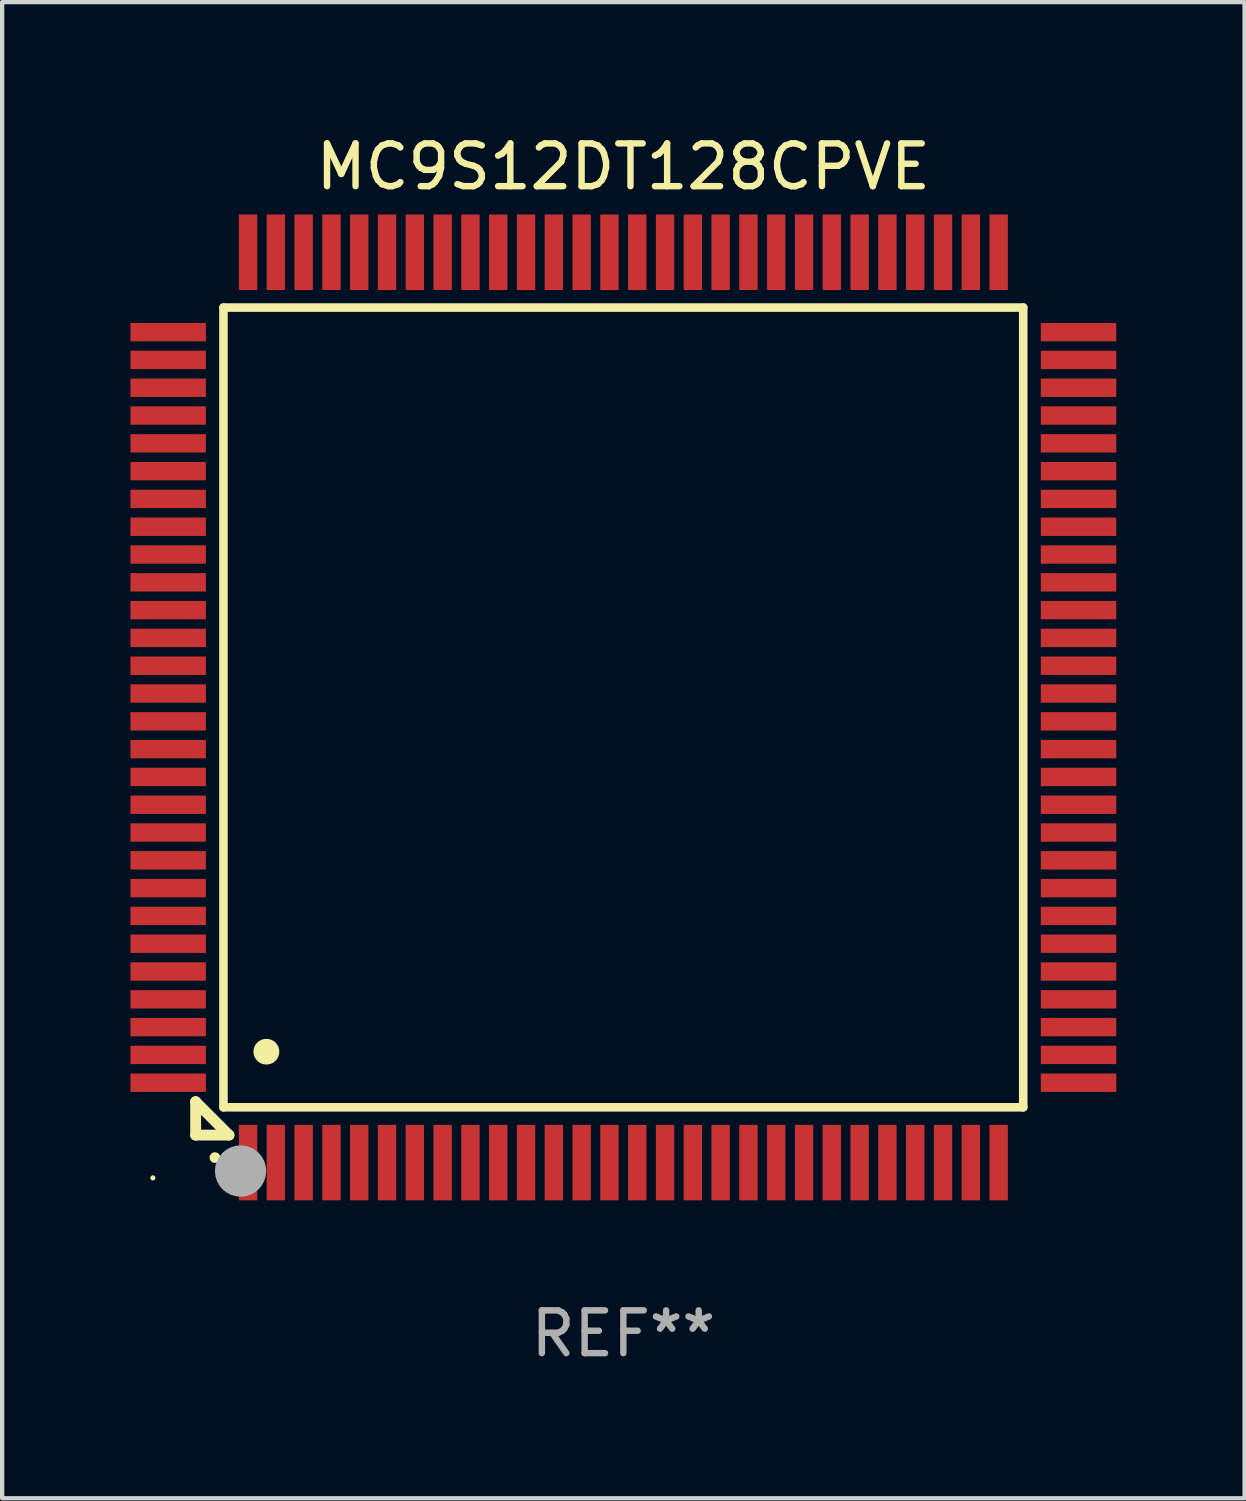
<source format=kicad_pcb>
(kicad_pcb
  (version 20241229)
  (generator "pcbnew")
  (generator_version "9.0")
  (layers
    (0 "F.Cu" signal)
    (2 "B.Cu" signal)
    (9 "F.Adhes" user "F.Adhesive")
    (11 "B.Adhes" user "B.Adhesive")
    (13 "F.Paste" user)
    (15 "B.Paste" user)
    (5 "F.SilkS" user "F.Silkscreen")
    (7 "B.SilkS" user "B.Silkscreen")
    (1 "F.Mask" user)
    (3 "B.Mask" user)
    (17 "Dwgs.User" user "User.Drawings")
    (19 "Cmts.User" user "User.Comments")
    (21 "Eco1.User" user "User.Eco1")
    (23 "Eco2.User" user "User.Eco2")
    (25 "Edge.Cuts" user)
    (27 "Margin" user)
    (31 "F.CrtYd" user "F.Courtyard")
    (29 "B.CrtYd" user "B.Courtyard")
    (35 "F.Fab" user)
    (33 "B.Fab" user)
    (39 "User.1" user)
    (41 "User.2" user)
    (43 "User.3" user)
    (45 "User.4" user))
  (footprint "MC9S12DT128CPVE"
    (layer "F.Cu")
    (at 11.525 13.491)
    (property "Reference" "MC9S12DT128CPVE" (at 0 -12.643 0) (layer "F.SilkS") (effects (font (size 1 1) (thickness 0.15))))
    (attr through_hole)
    (fp_line (start -10 9.221) (end -10 9.221) (stroke (width 0.254) (type solid)) (layer "F.SilkS"))
    (fp_line (start -10 9.221) (end -10 10) (stroke (width 0.254) (type solid)) (layer "F.SilkS"))
    (fp_line (start -10 9.221) (end -9.221 10) (stroke (width 0.254) (type solid)) (layer "F.SilkS"))
    (fp_line (start -10 10) (end -9.221 10) (stroke (width 0.254) (type solid)) (layer "F.SilkS"))
    (fp_line (start -9.35 -9.35) (end -9.35 9.35) (stroke (width 0.201) (type solid)) (layer "F.SilkS"))
    (fp_line (start -9.35 9.35) (end 9.35 9.35) (stroke (width 0.201) (type solid)) (layer "F.SilkS"))
    (fp_line (start 9.35 -9.35) (end -9.35 -9.35) (stroke (width 0.201) (type solid)) (layer "F.SilkS"))
    (fp_line (start 9.35 9.35) (end 9.35 -9.35) (stroke (width 0.201) (type solid)) (layer "F.SilkS"))
    (fp_arc (start -9.550546 10.525832) (mid -9.549276 10.525826) (end -9.548006 10.525832) (stroke (width 0.24892) (type solid)) (layer "F.SilkS"))
    (fp_arc (start -8.349124 8.049327) (mid -8.346584 8.049316) (end -8.344044 8.049327) (stroke (width 0.599441) (type solid)) (layer "F.SilkS"))
    (fp_circle (center -11 11) (end -10.97 11) (stroke (width 0.06) (type solid)) (fill no) (layer "F.SilkS"))
    (fp_circle (center -8.95 10.84) (end -8.65 10.84) (stroke (width 0.6) (type solid)) (fill no) (layer "F.Fab"))
    (fp_text user "REF**" (at 0 14.643 0) (layer "F.Fab") (effects (font (size 1 1) (thickness 0.15))))
    (pad "1" smd rect (at -8.775 10.643) (size 0.43 1.765) (layers "F.Cu" "F.Mask" "F.Paste"))
    (pad "2" smd rect (at -8.125 10.643) (size 0.43 1.765) (layers "F.Cu" "F.Mask" "F.Paste"))
    (pad "3" smd rect (at -7.475 10.643) (size 0.43 1.765) (layers "F.Cu" "F.Mask" "F.Paste"))
    (pad "4" smd rect (at -6.825 10.643) (size 0.43 1.765) (layers "F.Cu" "F.Mask" "F.Paste"))
    (pad "5" smd rect (at -6.175 10.643) (size 0.43 1.765) (layers "F.Cu" "F.Mask" "F.Paste"))
    (pad "6" smd rect (at -5.525 10.643) (size 0.43 1.765) (layers "F.Cu" "F.Mask" "F.Paste"))
    (pad "7" smd rect (at -4.875 10.643) (size 0.43 1.765) (layers "F.Cu" "F.Mask" "F.Paste"))
    (pad "8" smd rect (at -4.225 10.643) (size 0.43 1.765) (layers "F.Cu" "F.Mask" "F.Paste"))
    (pad "9" smd rect (at -3.575 10.643) (size 0.43 1.765) (layers "F.Cu" "F.Mask" "F.Paste"))
    (pad "10" smd rect (at -2.925 10.643) (size 0.43 1.765) (layers "F.Cu" "F.Mask" "F.Paste"))
    (pad "11" smd rect (at -2.275 10.643) (size 0.43 1.765) (layers "F.Cu" "F.Mask" "F.Paste"))
    (pad "12" smd rect (at -1.625 10.643) (size 0.43 1.765) (layers "F.Cu" "F.Mask" "F.Paste"))
    (pad "13" smd rect (at -0.975 10.643) (size 0.43 1.765) (layers "F.Cu" "F.Mask" "F.Paste"))
    (pad "14" smd rect (at -0.325 10.643) (size 0.43 1.765) (layers "F.Cu" "F.Mask" "F.Paste"))
    (pad "15" smd rect (at 0.325 10.643) (size 0.43 1.765) (layers "F.Cu" "F.Mask" "F.Paste"))
    (pad "16" smd rect (at 0.975 10.643) (size 0.43 1.765) (layers "F.Cu" "F.Mask" "F.Paste"))
    (pad "17" smd rect (at 1.625 10.643) (size 0.43 1.765) (layers "F.Cu" "F.Mask" "F.Paste"))
    (pad "18" smd rect (at 2.275 10.643) (size 0.43 1.765) (layers "F.Cu" "F.Mask" "F.Paste"))
    (pad "19" smd rect (at 2.925 10.643) (size 0.43 1.765) (layers "F.Cu" "F.Mask" "F.Paste"))
    (pad "20" smd rect (at 3.575 10.643) (size 0.43 1.765) (layers "F.Cu" "F.Mask" "F.Paste"))
    (pad "21" smd rect (at 4.225 10.643) (size 0.43 1.765) (layers "F.Cu" "F.Mask" "F.Paste"))
    (pad "22" smd rect (at 4.875 10.643) (size 0.43 1.765) (layers "F.Cu" "F.Mask" "F.Paste"))
    (pad "23" smd rect (at 5.525 10.643) (size 0.43 1.765) (layers "F.Cu" "F.Mask" "F.Paste"))
    (pad "24" smd rect (at 6.175 10.643) (size 0.43 1.765) (layers "F.Cu" "F.Mask" "F.Paste"))
    (pad "25" smd rect (at 6.825 10.643) (size 0.43 1.765) (layers "F.Cu" "F.Mask" "F.Paste"))
    (pad "26" smd rect (at 7.475 10.643) (size 0.43 1.765) (layers "F.Cu" "F.Mask" "F.Paste"))
    (pad "27" smd rect (at 8.125 10.643) (size 0.43 1.765) (layers "F.Cu" "F.Mask" "F.Paste"))
    (pad "28" smd rect (at 8.775 10.643) (size 0.43 1.765) (layers "F.Cu" "F.Mask" "F.Paste"))
    (pad "29" smd rect (at 10.643 8.775) (size 1.765 0.43) (layers "F.Cu" "F.Mask" "F.Paste"))
    (pad "30" smd rect (at 10.643 8.125) (size 1.765 0.43) (layers "F.Cu" "F.Mask" "F.Paste"))
    (pad "31" smd rect (at 10.643 7.475) (size 1.765 0.43) (layers "F.Cu" "F.Mask" "F.Paste"))
    (pad "32" smd rect (at 10.643 6.825) (size 1.765 0.43) (layers "F.Cu" "F.Mask" "F.Paste"))
    (pad "33" smd rect (at 10.643 6.175) (size 1.765 0.43) (layers "F.Cu" "F.Mask" "F.Paste"))
    (pad "34" smd rect (at 10.643 5.525) (size 1.765 0.43) (layers "F.Cu" "F.Mask" "F.Paste"))
    (pad "35" smd rect (at 10.643 4.875) (size 1.765 0.43) (layers "F.Cu" "F.Mask" "F.Paste"))
    (pad "36" smd rect (at 10.643 4.225) (size 1.765 0.43) (layers "F.Cu" "F.Mask" "F.Paste"))
    (pad "37" smd rect (at 10.643 3.575) (size 1.765 0.43) (layers "F.Cu" "F.Mask" "F.Paste"))
    (pad "38" smd rect (at 10.643 2.925) (size 1.765 0.43) (layers "F.Cu" "F.Mask" "F.Paste"))
    (pad "39" smd rect (at 10.643 2.275) (size 1.765 0.43) (layers "F.Cu" "F.Mask" "F.Paste"))
    (pad "40" smd rect (at 10.643 1.625) (size 1.765 0.43) (layers "F.Cu" "F.Mask" "F.Paste"))
    (pad "41" smd rect (at 10.643 0.975) (size 1.765 0.43) (layers "F.Cu" "F.Mask" "F.Paste"))
    (pad "42" smd rect (at 10.643 0.325) (size 1.765 0.43) (layers "F.Cu" "F.Mask" "F.Paste"))
    (pad "43" smd rect (at 10.643 -0.325) (size 1.765 0.43) (layers "F.Cu" "F.Mask" "F.Paste"))
    (pad "44" smd rect (at 10.643 -0.975) (size 1.765 0.43) (layers "F.Cu" "F.Mask" "F.Paste"))
    (pad "45" smd rect (at 10.643 -1.625) (size 1.765 0.43) (layers "F.Cu" "F.Mask" "F.Paste"))
    (pad "46" smd rect (at 10.643 -2.275) (size 1.765 0.43) (layers "F.Cu" "F.Mask" "F.Paste"))
    (pad "47" smd rect (at 10.643 -2.925) (size 1.765 0.43) (layers "F.Cu" "F.Mask" "F.Paste"))
    (pad "48" smd rect (at 10.643 -3.575) (size 1.765 0.43) (layers "F.Cu" "F.Mask" "F.Paste"))
    (pad "49" smd rect (at 10.643 -4.225) (size 1.765 0.43) (layers "F.Cu" "F.Mask" "F.Paste"))
    (pad "50" smd rect (at 10.643 -4.875) (size 1.765 0.43) (layers "F.Cu" "F.Mask" "F.Paste"))
    (pad "51" smd rect (at 10.643 -5.525) (size 1.765 0.43) (layers "F.Cu" "F.Mask" "F.Paste"))
    (pad "52" smd rect (at 10.643 -6.175) (size 1.765 0.43) (layers "F.Cu" "F.Mask" "F.Paste"))
    (pad "53" smd rect (at 10.643 -6.825) (size 1.765 0.43) (layers "F.Cu" "F.Mask" "F.Paste"))
    (pad "54" smd rect (at 10.643 -7.475) (size 1.765 0.43) (layers "F.Cu" "F.Mask" "F.Paste"))
    (pad "55" smd rect (at 10.643 -8.125) (size 1.765 0.43) (layers "F.Cu" "F.Mask" "F.Paste"))
    (pad "56" smd rect (at 10.643 -8.775) (size 1.765 0.43) (layers "F.Cu" "F.Mask" "F.Paste"))
    (pad "57" smd rect (at 8.775 -10.643) (size 0.43 1.765) (layers "F.Cu" "F.Mask" "F.Paste"))
    (pad "58" smd rect (at 8.125 -10.643) (size 0.43 1.765) (layers "F.Cu" "F.Mask" "F.Paste"))
    (pad "59" smd rect (at 7.475 -10.643) (size 0.43 1.765) (layers "F.Cu" "F.Mask" "F.Paste"))
    (pad "60" smd rect (at 6.825 -10.643) (size 0.43 1.765) (layers "F.Cu" "F.Mask" "F.Paste"))
    (pad "61" smd rect (at 6.175 -10.643) (size 0.43 1.765) (layers "F.Cu" "F.Mask" "F.Paste"))
    (pad "62" smd rect (at 5.525 -10.643) (size 0.43 1.765) (layers "F.Cu" "F.Mask" "F.Paste"))
    (pad "63" smd rect (at 4.875 -10.643) (size 0.43 1.765) (layers "F.Cu" "F.Mask" "F.Paste"))
    (pad "64" smd rect (at 4.225 -10.643) (size 0.43 1.765) (layers "F.Cu" "F.Mask" "F.Paste"))
    (pad "65" smd rect (at 3.575 -10.643) (size 0.43 1.765) (layers "F.Cu" "F.Mask" "F.Paste"))
    (pad "66" smd rect (at 2.925 -10.643) (size 0.43 1.765) (layers "F.Cu" "F.Mask" "F.Paste"))
    (pad "67" smd rect (at 2.275 -10.643) (size 0.43 1.765) (layers "F.Cu" "F.Mask" "F.Paste"))
    (pad "68" smd rect (at 1.625 -10.643) (size 0.43 1.765) (layers "F.Cu" "F.Mask" "F.Paste"))
    (pad "69" smd rect (at 0.975 -10.643) (size 0.43 1.765) (layers "F.Cu" "F.Mask" "F.Paste"))
    (pad "70" smd rect (at 0.325 -10.643) (size 0.43 1.765) (layers "F.Cu" "F.Mask" "F.Paste"))
    (pad "71" smd rect (at -0.325 -10.643) (size 0.43 1.765) (layers "F.Cu" "F.Mask" "F.Paste"))
    (pad "72" smd rect (at -0.975 -10.643) (size 0.43 1.765) (layers "F.Cu" "F.Mask" "F.Paste"))
    (pad "73" smd rect (at -1.625 -10.643) (size 0.43 1.765) (layers "F.Cu" "F.Mask" "F.Paste"))
    (pad "74" smd rect (at -2.275 -10.643) (size 0.43 1.765) (layers "F.Cu" "F.Mask" "F.Paste"))
    (pad "75" smd rect (at -2.925 -10.643) (size 0.43 1.765) (layers "F.Cu" "F.Mask" "F.Paste"))
    (pad "76" smd rect (at -3.575 -10.643) (size 0.43 1.765) (layers "F.Cu" "F.Mask" "F.Paste"))
    (pad "77" smd rect (at -4.225 -10.643) (size 0.43 1.765) (layers "F.Cu" "F.Mask" "F.Paste"))
    (pad "78" smd rect (at -4.875 -10.643) (size 0.43 1.765) (layers "F.Cu" "F.Mask" "F.Paste"))
    (pad "79" smd rect (at -5.525 -10.643) (size 0.43 1.765) (layers "F.Cu" "F.Mask" "F.Paste"))
    (pad "80" smd rect (at -6.175 -10.643) (size 0.43 1.765) (layers "F.Cu" "F.Mask" "F.Paste"))
    (pad "81" smd rect (at -6.825 -10.643) (size 0.43 1.765) (layers "F.Cu" "F.Mask" "F.Paste"))
    (pad "82" smd rect (at -7.475 -10.643) (size 0.43 1.765) (layers "F.Cu" "F.Mask" "F.Paste"))
    (pad "83" smd rect (at -8.125 -10.643) (size 0.43 1.765) (layers "F.Cu" "F.Mask" "F.Paste"))
    (pad "84" smd rect (at -8.775 -10.643) (size 0.43 1.765) (layers "F.Cu" "F.Mask" "F.Paste"))
    (pad "85" smd rect (at -10.643 -8.775) (size 1.765 0.43) (layers "F.Cu" "F.Mask" "F.Paste"))
    (pad "86" smd rect (at -10.643 -8.125) (size 1.765 0.43) (layers "F.Cu" "F.Mask" "F.Paste"))
    (pad "87" smd rect (at -10.643 -7.475) (size 1.765 0.43) (layers "F.Cu" "F.Mask" "F.Paste"))
    (pad "88" smd rect (at -10.643 -6.825) (size 1.765 0.43) (layers "F.Cu" "F.Mask" "F.Paste"))
    (pad "89" smd rect (at -10.643 -6.175) (size 1.765 0.43) (layers "F.Cu" "F.Mask" "F.Paste"))
    (pad "90" smd rect (at -10.643 -5.525) (size 1.765 0.43) (layers "F.Cu" "F.Mask" "F.Paste"))
    (pad "91" smd rect (at -10.643 -4.875) (size 1.765 0.43) (layers "F.Cu" "F.Mask" "F.Paste"))
    (pad "92" smd rect (at -10.643 -4.225) (size 1.765 0.43) (layers "F.Cu" "F.Mask" "F.Paste"))
    (pad "93" smd rect (at -10.643 -3.575) (size 1.765 0.43) (layers "F.Cu" "F.Mask" "F.Paste"))
    (pad "94" smd rect (at -10.643 -2.925) (size 1.765 0.43) (layers "F.Cu" "F.Mask" "F.Paste"))
    (pad "95" smd rect (at -10.643 -2.275) (size 1.765 0.43) (layers "F.Cu" "F.Mask" "F.Paste"))
    (pad "96" smd rect (at -10.643 -1.625) (size 1.765 0.43) (layers "F.Cu" "F.Mask" "F.Paste"))
    (pad "97" smd rect (at -10.643 -0.975) (size 1.765 0.43) (layers "F.Cu" "F.Mask" "F.Paste"))
    (pad "98" smd rect (at -10.643 -0.325) (size 1.765 0.43) (layers "F.Cu" "F.Mask" "F.Paste"))
    (pad "99" smd rect (at -10.643 0.325) (size 1.765 0.43) (layers "F.Cu" "F.Mask" "F.Paste"))
    (pad "100" smd rect (at -10.643 0.975) (size 1.765 0.43) (layers "F.Cu" "F.Mask" "F.Paste"))
    (pad "101" smd rect (at -10.643 1.625) (size 1.765 0.43) (layers "F.Cu" "F.Mask" "F.Paste"))
    (pad "102" smd rect (at -10.643 2.275) (size 1.765 0.43) (layers "F.Cu" "F.Mask" "F.Paste"))
    (pad "103" smd rect (at -10.643 2.925) (size 1.765 0.43) (layers "F.Cu" "F.Mask" "F.Paste"))
    (pad "104" smd rect (at -10.643 3.575) (size 1.765 0.43) (layers "F.Cu" "F.Mask" "F.Paste"))
    (pad "105" smd rect (at -10.643 4.225) (size 1.765 0.43) (layers "F.Cu" "F.Mask" "F.Paste"))
    (pad "106" smd rect (at -10.643 4.875) (size 1.765 0.43) (layers "F.Cu" "F.Mask" "F.Paste"))
    (pad "107" smd rect (at -10.643 5.525) (size 1.765 0.43) (layers "F.Cu" "F.Mask" "F.Paste"))
    (pad "108" smd rect (at -10.643 6.175) (size 1.765 0.43) (layers "F.Cu" "F.Mask" "F.Paste"))
    (pad "109" smd rect (at -10.643 6.825) (size 1.765 0.43) (layers "F.Cu" "F.Mask" "F.Paste"))
    (pad "110" smd rect (at -10.643 7.475) (size 1.765 0.43) (layers "F.Cu" "F.Mask" "F.Paste"))
    (pad "111" smd rect (at -10.643 8.125) (size 1.765 0.43) (layers "F.Cu" "F.Mask" "F.Paste"))
    (pad "112" smd rect (at -10.643 8.775) (size 1.765 0.43) (layers "F.Cu" "F.Mask" "F.Paste")))
  (gr_rect
    (start -3 -3)
    (end 26.05 31.982)
    (stroke (width 0.1) (type default))
    (fill no)
    (layer "Edge.Cuts")))
</source>
